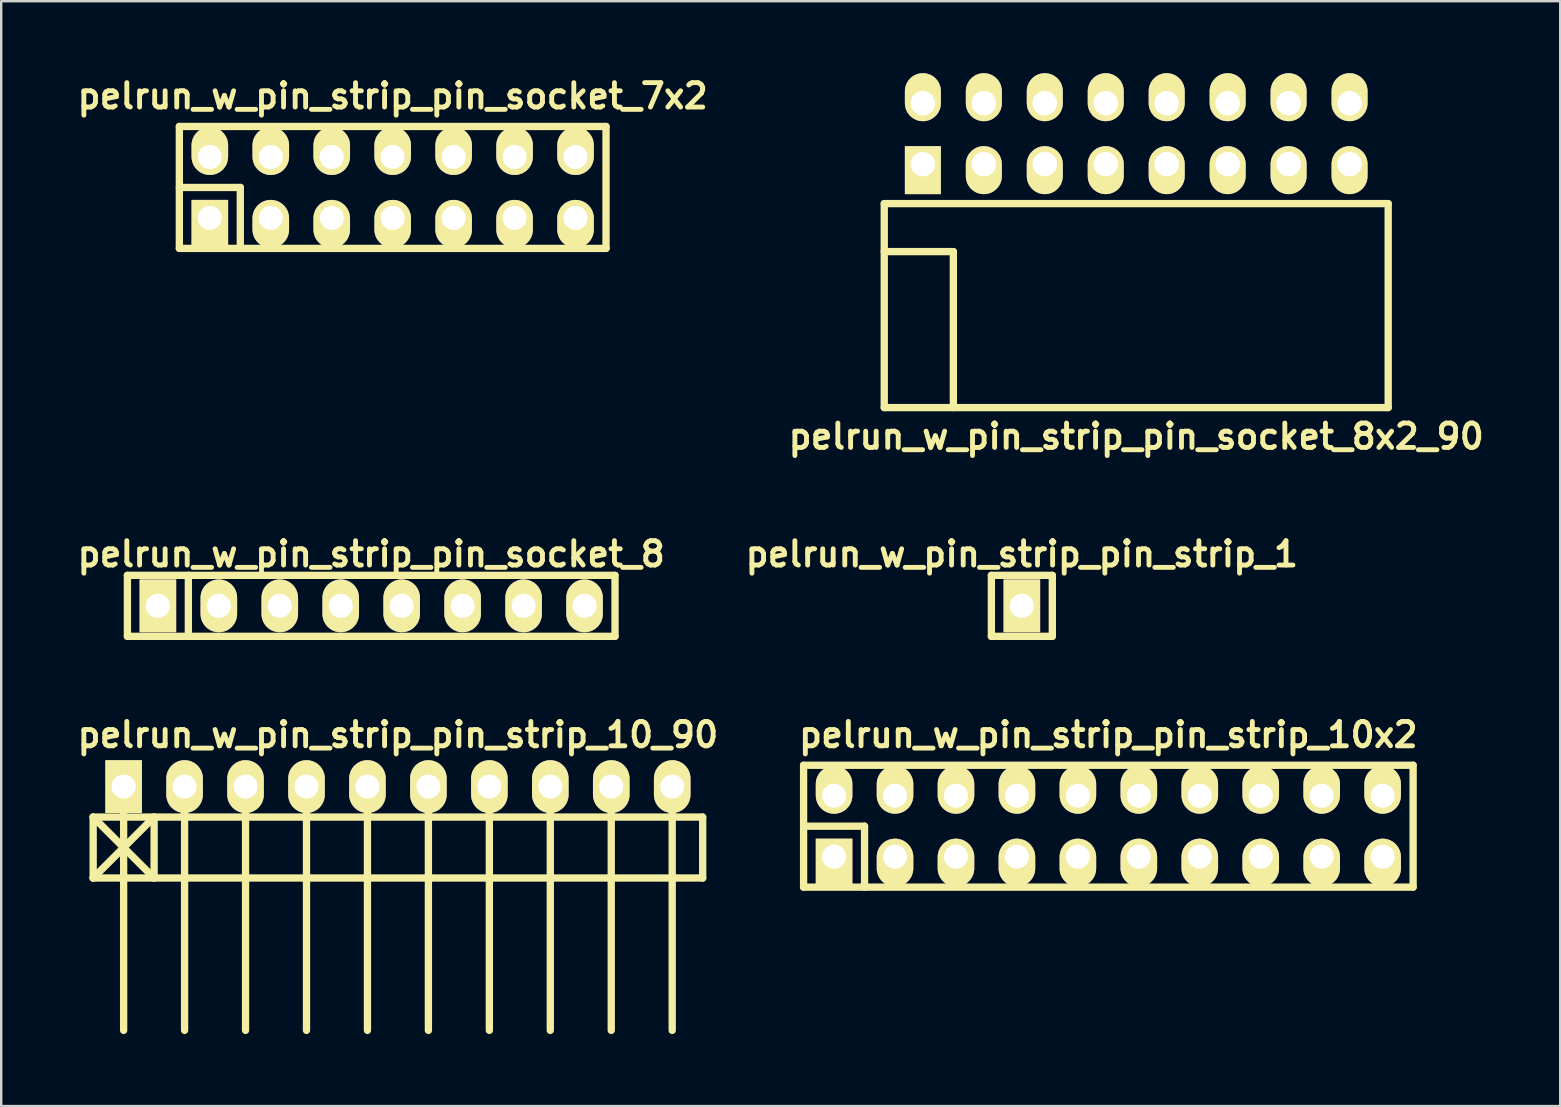
<source format=kicad_pcb>
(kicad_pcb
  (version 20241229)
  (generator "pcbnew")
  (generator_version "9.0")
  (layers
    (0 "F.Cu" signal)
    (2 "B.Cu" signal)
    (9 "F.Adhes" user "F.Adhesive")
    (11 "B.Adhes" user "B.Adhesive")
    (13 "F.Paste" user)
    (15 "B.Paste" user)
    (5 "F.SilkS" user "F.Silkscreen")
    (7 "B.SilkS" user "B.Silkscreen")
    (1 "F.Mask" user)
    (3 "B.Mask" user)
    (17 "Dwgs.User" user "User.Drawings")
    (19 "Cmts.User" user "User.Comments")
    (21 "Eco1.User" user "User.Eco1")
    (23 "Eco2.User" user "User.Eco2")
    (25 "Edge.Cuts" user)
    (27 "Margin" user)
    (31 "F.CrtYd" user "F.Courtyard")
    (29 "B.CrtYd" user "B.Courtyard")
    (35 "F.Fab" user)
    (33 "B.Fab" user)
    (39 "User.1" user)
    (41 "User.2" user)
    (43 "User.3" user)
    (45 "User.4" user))
  (footprint "pelrun_w_pin_strip_pin_strip_1"
    (layer "F.Cu")
    (at 39.532 22.196)
    (property "Reference" "pelrun_w_pin_strip_pin_strip_1" (at 0 -2.159 0) (layer "F.SilkS") (effects (font (size 1.016 1.016) (thickness 0.203))))
    (attr through_hole)
    (fp_line (start -1.27 -1.27) (end 1.27 -1.27) (stroke (width 0.305) (type solid)) (layer "F.SilkS"))
    (fp_line (start -1.27 1.27) (end -1.27 -1.27) (stroke (width 0.305) (type solid)) (layer "F.SilkS"))
    (fp_line (start 1.27 -1.27) (end 1.27 1.27) (stroke (width 0.305) (type solid)) (layer "F.SilkS"))
    (fp_line (start 1.27 1.27) (end -1.27 1.27) (stroke (width 0.305) (type solid)) (layer "F.SilkS"))
    (pad "1" thru_hole rect (at 0 0) (size 1.524 2.2) (drill 1.001) (layers "*.Cu" "*.Mask" "F.SilkS")))
  (footprint "pelrun_w_pin_strip_pin_strip_10x2"
    (layer "F.Cu")
    (at 43.137 31.379)
    (property "Reference" "pelrun_w_pin_strip_pin_strip_10x2" (at 0 -3.81 0) (layer "F.SilkS") (effects (font (size 1.016 1.016) (thickness 0.203))))
    (attr through_hole)
    (fp_line (start -12.7 -2.54) (end -12.7 2.54) (stroke (width 0.305) (type solid)) (layer "F.SilkS"))
    (fp_line (start -12.7 0) (end -10.16 0) (stroke (width 0.305) (type solid)) (layer "F.SilkS"))
    (fp_line (start -12.7 2.54) (end 12.7 2.54) (stroke (width 0.305) (type solid)) (layer "F.SilkS"))
    (fp_line (start -10.16 0) (end -10.16 2.54) (stroke (width 0.305) (type solid)) (layer "F.SilkS"))
    (fp_line (start 12.7 -2.54) (end -12.7 -2.54) (stroke (width 0.305) (type solid)) (layer "F.SilkS"))
    (fp_line (start 12.7 2.54) (end 12.7 -2.54) (stroke (width 0.305) (type solid)) (layer "F.SilkS"))
    (pad "1" thru_hole rect (at -11.43 1.27) (size 1.524 1.999) (drill 1.001 (offset 0 0.249)) (layers "*.Cu" "*.Mask" "F.SilkS"))
    (pad "2" thru_hole oval (at -11.43 -1.27) (size 1.524 1.999) (drill 1.001 (offset 0 -0.249)) (layers "*.Cu" "*.Mask" "F.SilkS"))
    (pad "3" thru_hole oval (at -8.89 1.27) (size 1.524 1.999) (drill 1.001 (offset 0 0.249)) (layers "*.Cu" "*.Mask" "F.SilkS"))
    (pad "4" thru_hole oval (at -8.89 -1.27) (size 1.524 1.999) (drill 1.001 (offset 0 -0.249)) (layers "*.Cu" "*.Mask" "F.SilkS"))
    (pad "5" thru_hole oval (at -6.35 1.27) (size 1.524 1.999) (drill 1.001 (offset 0 0.249)) (layers "*.Cu" "*.Mask" "F.SilkS"))
    (pad "6" thru_hole oval (at -6.35 -1.27) (size 1.524 1.999) (drill 1.001 (offset 0 -0.249)) (layers "*.Cu" "*.Mask" "F.SilkS"))
    (pad "7" thru_hole oval (at -3.81 1.27) (size 1.524 1.999) (drill 1.001 (offset 0 0.249)) (layers "*.Cu" "*.Mask" "F.SilkS"))
    (pad "8" thru_hole oval (at -3.81 -1.27) (size 1.524 1.999) (drill 1.001 (offset 0 -0.249)) (layers "*.Cu" "*.Mask" "F.SilkS"))
    (pad "9" thru_hole oval (at -1.27 1.27) (size 1.524 1.999) (drill 1.001 (offset 0 0.249)) (layers "*.Cu" "*.Mask" "F.SilkS"))
    (pad "10" thru_hole oval (at -1.27 -1.27) (size 1.524 1.999) (drill 1.001 (offset 0 -0.249)) (layers "*.Cu" "*.Mask" "F.SilkS"))
    (pad "11" thru_hole oval (at 1.27 1.27) (size 1.524 1.999) (drill 1.001 (offset 0 0.249)) (layers "*.Cu" "*.Mask" "F.SilkS"))
    (pad "12" thru_hole oval (at 1.27 -1.27) (size 1.524 1.999) (drill 1.001 (offset 0 -0.249)) (layers "*.Cu" "*.Mask" "F.SilkS"))
    (pad "13" thru_hole oval (at 3.81 1.27) (size 1.524 1.999) (drill 1.001 (offset 0 0.249)) (layers "*.Cu" "*.Mask" "F.SilkS"))
    (pad "14" thru_hole oval (at 3.81 -1.27) (size 1.524 1.999) (drill 1.001 (offset 0 -0.249)) (layers "*.Cu" "*.Mask" "F.SilkS"))
    (pad "15" thru_hole oval (at 6.35 1.27) (size 1.524 1.999) (drill 1.001 (offset 0 0.249)) (layers "*.Cu" "*.Mask" "F.SilkS"))
    (pad "16" thru_hole oval (at 6.35 -1.27) (size 1.524 1.999) (drill 1.001 (offset 0 -0.249)) (layers "*.Cu" "*.Mask" "F.SilkS"))
    (pad "17" thru_hole oval (at 8.89 1.27) (size 1.524 1.999) (drill 1.001 (offset 0 0.249)) (layers "*.Cu" "*.Mask" "F.SilkS"))
    (pad "18" thru_hole oval (at 8.89 -1.27) (size 1.524 1.999) (drill 1.001 (offset 0 -0.249)) (layers "*.Cu" "*.Mask" "F.SilkS"))
    (pad "19" thru_hole oval (at 11.43 1.27) (size 1.524 1.999) (drill 1.001 (offset 0 0.249)) (layers "*.Cu" "*.Mask" "F.SilkS"))
    (pad "20" thru_hole oval (at 11.43 -1.27) (size 1.524 1.999) (drill 1.001 (offset 0 -0.249)) (layers "*.Cu" "*.Mask" "F.SilkS")))
  (footprint "pelrun_w_pin_strip_pin_strip_10_90"
    (layer "F.Cu")
    (at 13.532 29.728)
    (property "Reference" "pelrun_w_pin_strip_pin_strip_10_90" (at 0 -2.159 0) (layer "F.SilkS") (effects (font (size 1.016 1.016) (thickness 0.203))))
    (attr through_hole)
    (fp_line (start -12.7 1.27) (end 12.7 1.27) (stroke (width 0.305) (type solid)) (layer "F.SilkS"))
    (fp_line (start -12.7 3.81) (end -12.7 1.27) (stroke (width 0.305) (type solid)) (layer "F.SilkS"))
    (fp_line (start -12.7 3.81) (end -10.16 1.27) (stroke (width 0.305) (type solid)) (layer "F.SilkS"))
    (fp_line (start -11.43 0) (end -11.43 10.16) (stroke (width 0.305) (type solid)) (layer "F.SilkS"))
    (fp_line (start -10.16 1.27) (end -10.16 3.81) (stroke (width 0.305) (type solid)) (layer "F.SilkS"))
    (fp_line (start -10.16 3.81) (end -12.7 1.27) (stroke (width 0.305) (type solid)) (layer "F.SilkS"))
    (fp_line (start -8.89 0) (end -8.89 10.16) (stroke (width 0.305) (type solid)) (layer "F.SilkS"))
    (fp_line (start -6.35 10.16) (end -6.35 0) (stroke (width 0.305) (type solid)) (layer "F.SilkS"))
    (fp_line (start -3.81 0) (end -3.81 10.16) (stroke (width 0.305) (type solid)) (layer "F.SilkS"))
    (fp_line (start -1.27 0) (end -1.27 10.16) (stroke (width 0.305) (type solid)) (layer "F.SilkS"))
    (fp_line (start 1.27 0) (end 1.27 10.16) (stroke (width 0.305) (type solid)) (layer "F.SilkS"))
    (fp_line (start 3.81 0) (end 3.81 10.16) (stroke (width 0.305) (type solid)) (layer "F.SilkS"))
    (fp_line (start 6.35 0) (end 6.35 10.16) (stroke (width 0.305) (type solid)) (layer "F.SilkS"))
    (fp_line (start 8.89 0) (end 8.89 10.16) (stroke (width 0.305) (type solid)) (layer "F.SilkS"))
    (fp_line (start 11.43 0) (end 11.43 10.16) (stroke (width 0.305) (type solid)) (layer "F.SilkS"))
    (fp_line (start 12.7 1.27) (end 12.7 3.81) (stroke (width 0.305) (type solid)) (layer "F.SilkS"))
    (fp_line (start 12.7 3.81) (end -12.7 3.81) (stroke (width 0.305) (type solid)) (layer "F.SilkS"))
    (pad "1" thru_hole rect (at -11.43 0) (size 1.524 2.2) (drill 1.001) (layers "*.Cu" "*.Mask" "F.SilkS"))
    (pad "2" thru_hole oval (at -8.89 0) (size 1.524 2.2) (drill 1.001) (layers "*.Cu" "*.Mask" "F.SilkS"))
    (pad "3" thru_hole oval (at -6.35 0) (size 1.524 2.2) (drill 1.001) (layers "*.Cu" "*.Mask" "F.SilkS"))
    (pad "4" thru_hole oval (at -3.81 0) (size 1.524 2.2) (drill 1.001) (layers "*.Cu" "*.Mask" "F.SilkS"))
    (pad "5" thru_hole oval (at -1.27 0) (size 1.524 2.2) (drill 1.001) (layers "*.Cu" "*.Mask" "F.SilkS"))
    (pad "6" thru_hole oval (at 1.27 0) (size 1.524 2.2) (drill 1.001) (layers "*.Cu" "*.Mask" "F.SilkS"))
    (pad "7" thru_hole oval (at 3.81 0) (size 1.524 2.2) (drill 1.001) (layers "*.Cu" "*.Mask" "F.SilkS"))
    (pad "8" thru_hole oval (at 6.35 0) (size 1.524 2.2) (drill 1.001) (layers "*.Cu" "*.Mask" "F.SilkS"))
    (pad "9" thru_hole oval (at 8.89 0) (size 1.524 2.2) (drill 1.001) (layers "*.Cu" "*.Mask" "F.SilkS"))
    (pad "10" thru_hole oval (at 11.43 0) (size 1.524 2.2) (drill 1.001) (layers "*.Cu" "*.Mask" "F.SilkS")))
  (footprint "pelrun_w_pin_strip_pin_socket_8x2_90"
    (layer "F.Cu")
    (at 44.298 7.435)
    (property "Reference" "pelrun_w_pin_strip_pin_socket_8x2_90" (at 0 7.7 0) (layer "F.SilkS") (effects (font (size 1.016 1.016) (thickness 0.203))))
    (attr through_hole)
    (fp_line (start -10.5 -2) (end -10.5 6.5) (stroke (width 0.305) (type solid)) (layer "F.SilkS"))
    (fp_line (start -10.5 -2) (end 10.5 -2) (stroke (width 0.305) (type solid)) (layer "F.SilkS"))
    (fp_line (start -10.5 0) (end -7.62 0) (stroke (width 0.305) (type solid)) (layer "F.SilkS"))
    (fp_line (start -10.5 6.5) (end 10.5 6.5) (stroke (width 0.305) (type solid)) (layer "F.SilkS"))
    (fp_line (start -7.62 0) (end -7.62 6.5) (stroke (width 0.305) (type solid)) (layer "F.SilkS"))
    (fp_line (start 10.5 -2) (end 10.5 6.5) (stroke (width 0.305) (type solid)) (layer "F.SilkS"))
    (pad "1" thru_hole rect (at -8.89 -3.645) (size 1.5 2) (drill 1.02 (offset 0 0.25)) (layers "*.Cu" "*.Mask" "F.SilkS"))
    (pad "2" thru_hole oval (at -8.89 -6.185) (size 1.5 2) (drill 1.02 (offset 0 -0.25)) (layers "*.Cu" "*.Mask" "F.SilkS"))
    (pad "3" thru_hole oval (at -6.35 -3.645) (size 1.5 2) (drill 1.02 (offset 0 0.25)) (layers "*.Cu" "*.Mask" "F.SilkS"))
    (pad "4" thru_hole oval (at -6.35 -6.185) (size 1.5 2) (drill 1.02 (offset 0 -0.25)) (layers "*.Cu" "*.Mask" "F.SilkS"))
    (pad "5" thru_hole oval (at -3.81 -3.645) (size 1.5 2) (drill 1.02 (offset 0 0.25)) (layers "*.Cu" "*.Mask" "F.SilkS"))
    (pad "6" thru_hole oval (at -3.81 -6.185) (size 1.5 2) (drill 1.02 (offset 0 -0.25)) (layers "*.Cu" "*.Mask" "F.SilkS"))
    (pad "7" thru_hole oval (at -1.27 -3.645) (size 1.5 2) (drill 1.02 (offset 0 0.25)) (layers "*.Cu" "*.Mask" "F.SilkS"))
    (pad "8" thru_hole oval (at -1.27 -6.185) (size 1.5 2) (drill 1.02 (offset 0 -0.25)) (layers "*.Cu" "*.Mask" "F.SilkS"))
    (pad "9" thru_hole oval (at 1.27 -3.645) (size 1.5 2) (drill 1.02 (offset 0 0.25)) (layers "*.Cu" "*.Mask" "F.SilkS"))
    (pad "10" thru_hole oval (at 1.27 -6.185) (size 1.5 2) (drill 1.02 (offset 0 -0.25)) (layers "*.Cu" "*.Mask" "F.SilkS"))
    (pad "11" thru_hole oval (at 3.81 -3.645) (size 1.5 2) (drill 1.02 (offset 0 0.25)) (layers "*.Cu" "*.Mask" "F.SilkS"))
    (pad "12" thru_hole oval (at 3.81 -6.185) (size 1.5 2) (drill 1.02 (offset 0 -0.25)) (layers "*.Cu" "*.Mask" "F.SilkS"))
    (pad "13" thru_hole oval (at 6.35 -3.645) (size 1.5 2) (drill 1.02 (offset 0 0.25)) (layers "*.Cu" "*.Mask" "F.SilkS"))
    (pad "14" thru_hole oval (at 6.35 -6.185) (size 1.5 2) (drill 1.02 (offset 0 -0.25)) (layers "*.Cu" "*.Mask" "F.SilkS"))
    (pad "15" thru_hole oval (at 8.89 -3.645) (size 1.5 2) (drill 1.02 (offset 0 0.25)) (layers "*.Cu" "*.Mask" "F.SilkS"))
    (pad "16" thru_hole oval (at 8.89 -6.185) (size 1.5 2) (drill 1.02 (offset 0 -0.25)) (layers "*.Cu" "*.Mask" "F.SilkS")))
  (footprint "pelrun_w_pin_strip_pin_socket_8"
    (layer "F.Cu")
    (at 12.419 22.196)
    (property "Reference" "pelrun_w_pin_strip_pin_socket_8" (at 0 -2.159 0) (layer "F.SilkS") (effects (font (size 1.016 1.016) (thickness 0.203))))
    (attr through_hole)
    (fp_line (start -10.16 -1.27) (end 10.16 -1.27) (stroke (width 0.305) (type solid)) (layer "F.SilkS"))
    (fp_line (start -10.16 1.27) (end -10.16 -1.27) (stroke (width 0.305) (type solid)) (layer "F.SilkS"))
    (fp_line (start -7.62 -1.27) (end -7.62 1.27) (stroke (width 0.305) (type solid)) (layer "F.SilkS"))
    (fp_line (start 10.16 -1.27) (end 10.16 1.27) (stroke (width 0.305) (type solid)) (layer "F.SilkS"))
    (fp_line (start 10.16 1.27) (end -10.16 1.27) (stroke (width 0.305) (type solid)) (layer "F.SilkS"))
    (pad "1" thru_hole rect (at -8.89 0) (size 1.524 2.2) (drill 1.001) (layers "*.Cu" "*.Mask" "F.SilkS"))
    (pad "2" thru_hole oval (at -6.35 0) (size 1.524 2.2) (drill 1.001) (layers "*.Cu" "*.Mask" "F.SilkS"))
    (pad "3" thru_hole oval (at -3.81 0) (size 1.524 2.2) (drill 1.001) (layers "*.Cu" "*.Mask" "F.SilkS"))
    (pad "4" thru_hole oval (at -1.27 0) (size 1.524 2.2) (drill 1.001) (layers "*.Cu" "*.Mask" "F.SilkS"))
    (pad "5" thru_hole oval (at 1.27 0) (size 1.524 2.2) (drill 1.001) (layers "*.Cu" "*.Mask" "F.SilkS"))
    (pad "6" thru_hole oval (at 3.81 0) (size 1.524 2.2) (drill 1.001) (layers "*.Cu" "*.Mask" "F.SilkS"))
    (pad "7" thru_hole oval (at 6.35 0) (size 1.524 2.2) (drill 1.001) (layers "*.Cu" "*.Mask" "F.SilkS"))
    (pad "8" thru_hole oval (at 8.89 0) (size 1.524 2.2) (drill 1.001) (layers "*.Cu" "*.Mask" "F.SilkS")))
  (footprint "pelrun_w_pin_strip_pin_socket_7x2"
    (layer "F.Cu")
    (at 13.314 4.761)
    (property "Reference" "pelrun_w_pin_strip_pin_socket_7x2" (at 0 -3.81 0) (layer "F.SilkS") (effects (font (size 1.016 1.016) (thickness 0.203))))
    (attr through_hole)
    (fp_line (start -8.89 -2.54) (end -8.89 2.54) (stroke (width 0.305) (type solid)) (layer "F.SilkS"))
    (fp_line (start -8.89 -2.54) (end 8.89 -2.54) (stroke (width 0.305) (type solid)) (layer "F.SilkS"))
    (fp_line (start -8.89 0) (end -6.35 0) (stroke (width 0.305) (type solid)) (layer "F.SilkS"))
    (fp_line (start -6.35 0) (end -6.35 2.54) (stroke (width 0.305) (type solid)) (layer "F.SilkS"))
    (fp_line (start 8.89 -2.54) (end 8.89 2.54) (stroke (width 0.305) (type solid)) (layer "F.SilkS"))
    (fp_line (start 8.89 2.54) (end -8.89 2.54) (stroke (width 0.305) (type solid)) (layer "F.SilkS"))
    (pad "1" thru_hole rect (at -7.62 1.27) (size 1.524 1.999) (drill 1.001 (offset 0 0.249)) (layers "*.Cu" "*.Mask" "F.SilkS"))
    (pad "2" thru_hole oval (at -7.62 -1.27) (size 1.524 1.999) (drill 1.001 (offset 0 -0.249)) (layers "*.Cu" "*.Mask" "F.SilkS"))
    (pad "3" thru_hole oval (at -5.08 1.27) (size 1.524 1.999) (drill 1.001 (offset 0 0.249)) (layers "*.Cu" "*.Mask" "F.SilkS"))
    (pad "4" thru_hole oval (at -5.08 -1.27) (size 1.524 1.999) (drill 1.001 (offset 0 -0.249)) (layers "*.Cu" "*.Mask" "F.SilkS"))
    (pad "5" thru_hole oval (at -2.54 1.27) (size 1.524 1.999) (drill 1.001 (offset 0 0.249)) (layers "*.Cu" "*.Mask" "F.SilkS"))
    (pad "6" thru_hole oval (at -2.54 -1.27) (size 1.524 1.999) (drill 1.001 (offset 0 -0.249)) (layers "*.Cu" "*.Mask" "F.SilkS"))
    (pad "7" thru_hole oval (at 0 1.27) (size 1.524 1.999) (drill 1.001 (offset 0 0.249)) (layers "*.Cu" "*.Mask" "F.SilkS"))
    (pad "8" thru_hole oval (at 0 -1.27) (size 1.524 1.999) (drill 1.001 (offset 0 -0.249)) (layers "*.Cu" "*.Mask" "F.SilkS"))
    (pad "9" thru_hole oval (at 2.54 1.27) (size 1.524 1.999) (drill 1.001 (offset 0 0.249)) (layers "*.Cu" "*.Mask" "F.SilkS"))
    (pad "10" thru_hole oval (at 2.54 -1.27) (size 1.524 1.999) (drill 1.001 (offset 0 -0.249)) (layers "*.Cu" "*.Mask" "F.SilkS"))
    (pad "11" thru_hole oval (at 5.08 1.27) (size 1.524 1.999) (drill 1.001 (offset 0 0.249)) (layers "*.Cu" "*.Mask" "F.SilkS"))
    (pad "12" thru_hole oval (at 5.08 -1.27) (size 1.524 1.999) (drill 1.001 (offset 0 -0.249)) (layers "*.Cu" "*.Mask" "F.SilkS"))
    (pad "13" thru_hole oval (at 7.62 1.27) (size 1.524 1.999) (drill 1.001 (offset 0 0.249)) (layers "*.Cu" "*.Mask" "F.SilkS"))
    (pad "14" thru_hole oval (at 7.62 -1.27) (size 1.524 1.999) (drill 1.001 (offset 0 -0.249)) (layers "*.Cu" "*.Mask" "F.SilkS")))
  (gr_rect
    (start -3 -3)
    (end 61.967 43.041)
    (stroke (width 0.1) (type default))
    (fill no)
    (layer "Edge.Cuts")))
</source>
